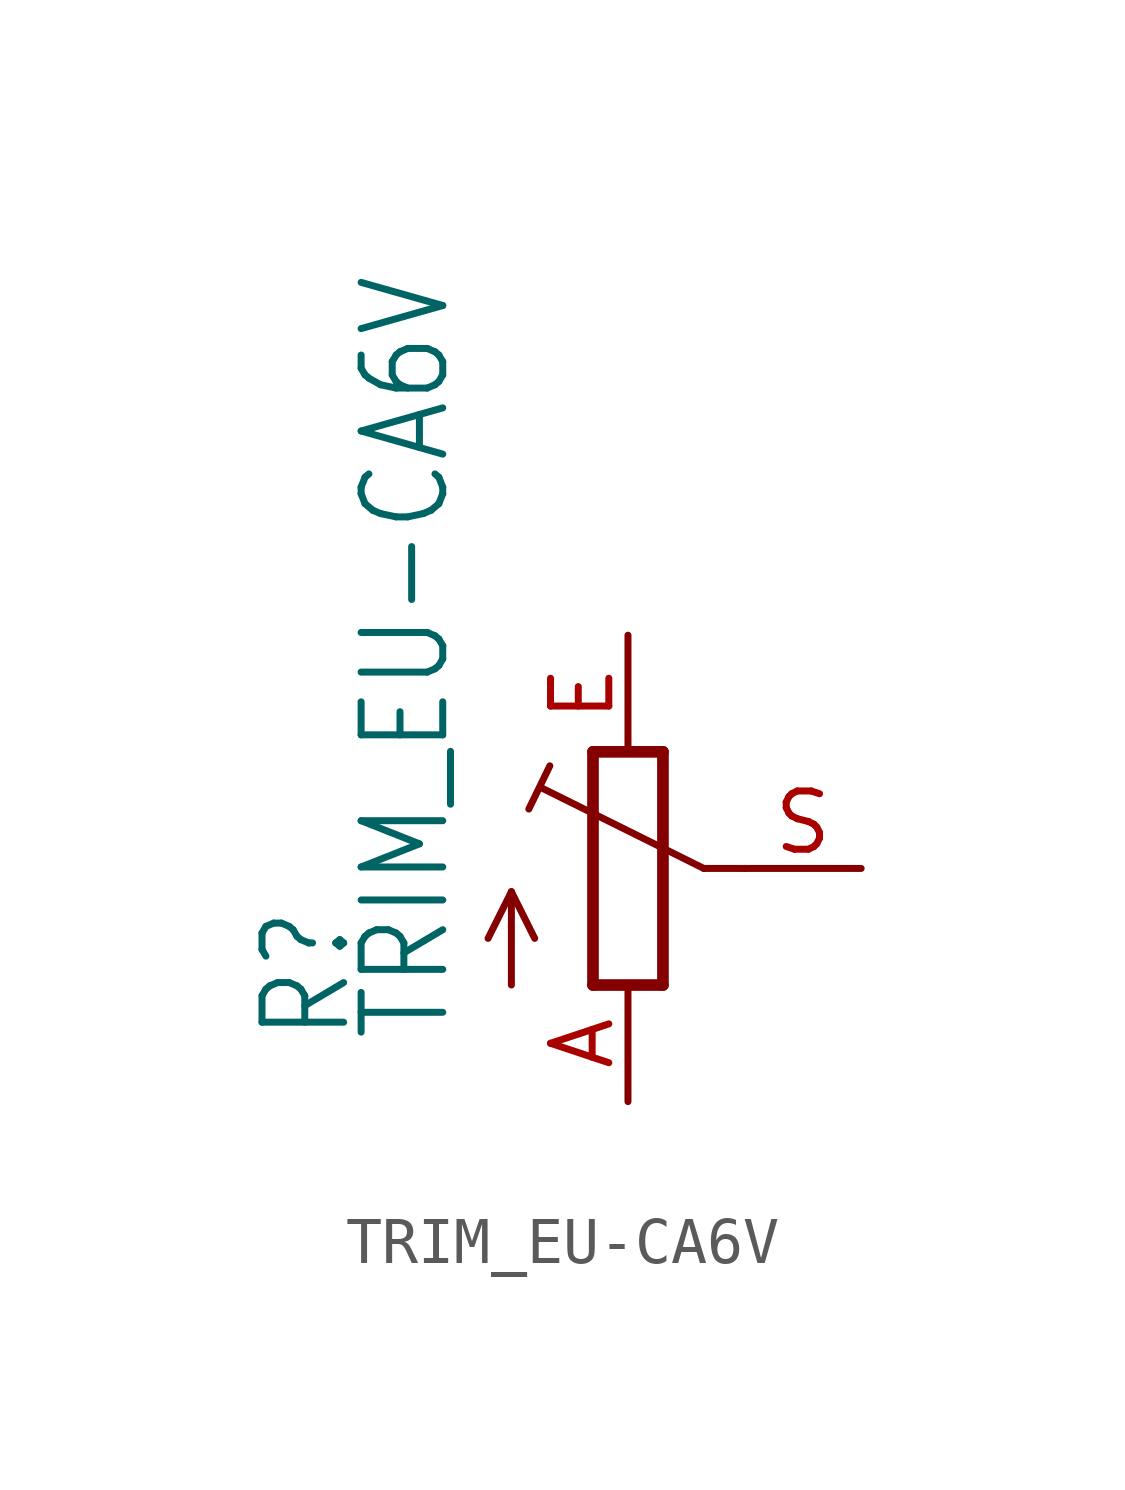
<source format=kicad_sym>
(kicad_symbol_lib
  (version 20211014)
  (generator kicad_symbol_editor)
  (symbol "TRIM_EU-CA6V"
    (property "Reference" "R"
      (at -5.969 -3.81 90)
      (effects (font (size 1.778 1.511)) (justify left bottom)))
    (property "Value" "TRIM_EU-CA6V"
      (at -3.81 -3.81 90)
      (effects (font (size 1.778 1.511)) (justify left bottom)))
    (property "ki_locked" ""
      (at 0 0 0)
      (effects (font (size 1.27 1.27))))
    (symbol "TRIM_EU-CA6V_1_0"
      (polyline (pts (xy -2.54 -2.54) (xy -2.54 -0.508)) (stroke (width 0.152) (type default) (color 0 0 0 0)) (fill (type none)))
      (polyline (pts (xy -2.54 -0.508) (xy -3.048 -1.524)) (stroke (width 0.152) (type default) (color 0 0 0 0)) (fill (type none)))
      (polyline (pts (xy -2.54 -0.508) (xy -2.032 -1.524)) (stroke (width 0.152) (type default) (color 0 0 0 0)) (fill (type none)))
      (polyline (pts (xy -2.16 1.294) (xy -1.702 2.235)) (stroke (width 0.152) (type default) (color 0 0 0 0)) (fill (type none)))
      (polyline (pts (xy -0.762 -2.54) (xy 0.762 -2.54)) (stroke (width 0.254) (type default) (color 0 0 0 0)) (fill (type none)))
      (polyline (pts (xy -0.762 2.54) (xy -0.762 -2.54)) (stroke (width 0.254) (type default) (color 0 0 0 0)) (fill (type none)))
      (polyline (pts (xy 0.762 -2.54) (xy 0.762 2.54)) (stroke (width 0.254) (type default) (color 0 0 0 0)) (fill (type none)))
      (polyline (pts (xy 0.762 2.54) (xy -0.762 2.54)) (stroke (width 0.254) (type default) (color 0 0 0 0)) (fill (type none)))
      (polyline (pts (xy 1.651 0) (xy -1.88 1.753)) (stroke (width 0.152) (type default) (color 0 0 0 0)) (fill (type none)))
      (polyline (pts (xy 2.54 0) (xy 1.651 0)) (stroke (width 0.152) (type default) (color 0 0 0 0)) (fill (type none)))
      (pin passive line (at 0 -5.08 90) (length 2.54) (name "A" (effects (font (size 0 0)))) (number "A" (effects (font (size 1.27 1.27)))))
      (pin passive line (at 0 5.08 270) (length 2.54) (name "E" (effects (font (size 0 0)))) (number "E" (effects (font (size 1.27 1.27)))))
      (pin passive line (at 5.08 0 180) (length 2.54) (name "S" (effects (font (size 0 0)))) (number "S" (effects (font (size 1.27 1.27))))))))
</source>
